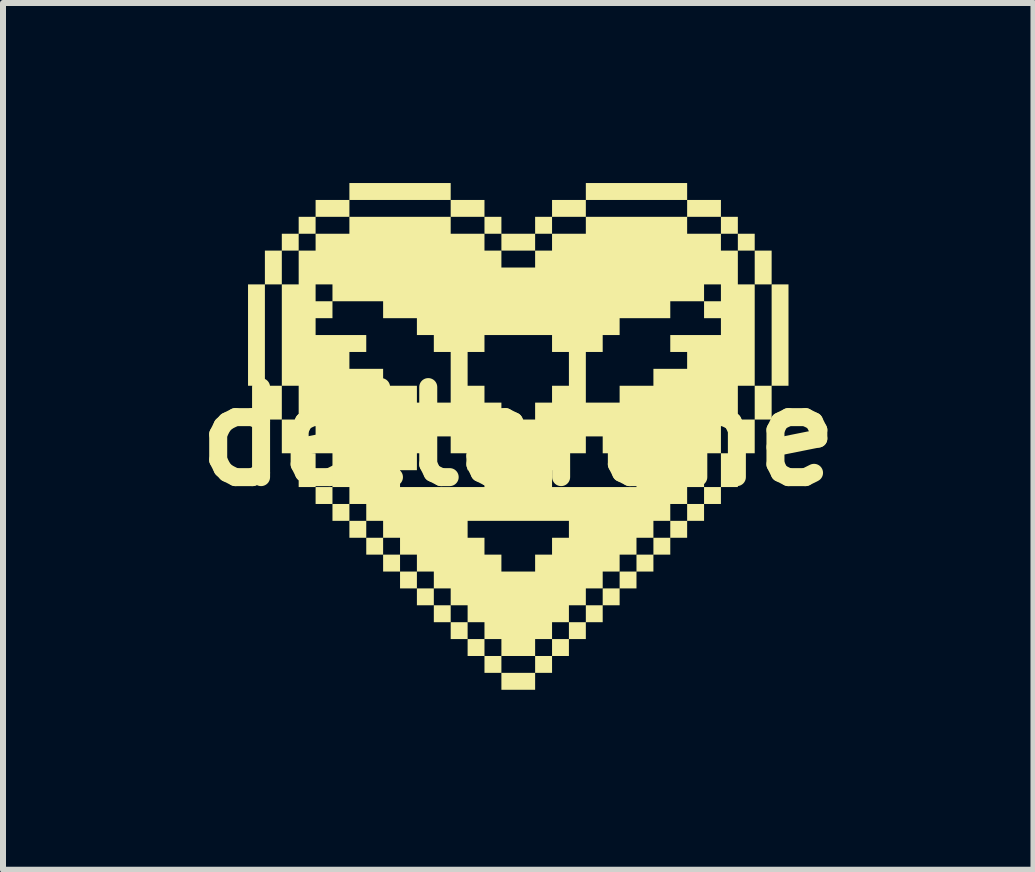
<source format=kicad_pcb>
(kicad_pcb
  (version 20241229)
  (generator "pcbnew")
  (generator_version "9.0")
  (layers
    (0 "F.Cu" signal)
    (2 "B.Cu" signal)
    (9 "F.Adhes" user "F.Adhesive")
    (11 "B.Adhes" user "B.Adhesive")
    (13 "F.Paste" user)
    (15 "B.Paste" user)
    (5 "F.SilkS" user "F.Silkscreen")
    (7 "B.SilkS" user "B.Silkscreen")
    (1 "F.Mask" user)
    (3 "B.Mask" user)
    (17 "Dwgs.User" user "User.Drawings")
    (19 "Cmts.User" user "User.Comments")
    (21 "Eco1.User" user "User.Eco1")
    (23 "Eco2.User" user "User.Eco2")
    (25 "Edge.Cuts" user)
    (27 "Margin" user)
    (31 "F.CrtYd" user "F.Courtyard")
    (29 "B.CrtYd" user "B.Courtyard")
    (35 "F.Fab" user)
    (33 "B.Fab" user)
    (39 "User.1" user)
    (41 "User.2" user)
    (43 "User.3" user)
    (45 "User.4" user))
  (footprint "deltarune"
    (layer "F.Cu")
    (at 5.586 4.222)
    (property "Reference" "deltarune" (at 0 0 0) (layer "F.SilkS") (effects (font (size 1.5 1.5) (thickness 0.3))))
    (attr board_only exclude_from_pos_files exclude_from_bom)
    (fp_poly (pts (xy -3.94 -0.563) (xy -3.94 -0.281) (xy -4.081 -0.281) (xy -4.222 -0.281) (xy -4.222 -0.563) (xy -4.222 -0.844) (xy -4.081 -0.844) (xy -3.94 -0.844)) (stroke (width 0) (type solid)) (fill yes) (layer "F.SilkS"))
    (fp_poly (pts (xy -3.659 0) (xy -3.659 0.281) (xy -3.799 0.281) (xy -3.94 0.281) (xy -3.94 0) (xy -3.94 -0.281) (xy -3.799 -0.281) (xy -3.659 -0.281)) (stroke (width 0) (type solid)) (fill yes) (layer "F.SilkS"))
    (fp_poly (pts (xy -3.377 0.563) (xy -3.377 0.844) (xy -3.518 0.844) (xy -3.659 0.844) (xy -3.659 0.563) (xy -3.659 0.281) (xy -3.518 0.281) (xy -3.377 0.281)) (stroke (width 0) (type solid)) (fill yes) (layer "F.SilkS"))
    (fp_poly (pts (xy -3.096 0.985) (xy -3.096 1.126) (xy -3.237 1.126) (xy -3.377 1.126) (xy -3.377 0.985) (xy -3.377 0.844) (xy -3.237 0.844) (xy -3.096 0.844)) (stroke (width 0) (type solid)) (fill yes) (layer "F.SilkS"))
    (fp_poly (pts (xy -2.814 1.266) (xy -2.814 1.407) (xy -2.955 1.407) (xy -3.096 1.407) (xy -3.096 1.266) (xy -3.096 1.126) (xy -2.955 1.126) (xy -2.814 1.126)) (stroke (width 0) (type solid)) (fill yes) (layer "F.SilkS"))
    (fp_poly (pts (xy -2.533 1.548) (xy -2.533 1.689) (xy -2.674 1.689) (xy -2.814 1.689) (xy -2.814 1.548) (xy -2.814 1.407) (xy -2.674 1.407) (xy -2.533 1.407)) (stroke (width 0) (type solid)) (fill yes) (layer "F.SilkS"))
    (fp_poly (pts (xy -2.252 1.829) (xy -2.252 1.97) (xy -2.392 1.97) (xy -2.533 1.97) (xy -2.533 1.829) (xy -2.533 1.689) (xy -2.392 1.689) (xy -2.252 1.689)) (stroke (width 0) (type solid)) (fill yes) (layer "F.SilkS"))
    (fp_poly (pts (xy -1.97 2.111) (xy -1.97 2.252) (xy -2.111 2.252) (xy -2.252 2.252) (xy -2.252 2.111) (xy -2.252 1.97) (xy -2.111 1.97) (xy -1.97 1.97)) (stroke (width 0) (type solid)) (fill yes) (layer "F.SilkS"))
    (fp_poly (pts (xy -1.689 2.392) (xy -1.689 2.533) (xy -1.829 2.533) (xy -1.97 2.533) (xy -1.97 2.392) (xy -1.97 2.252) (xy -1.829 2.252) (xy -1.689 2.252)) (stroke (width 0) (type solid)) (fill yes) (layer "F.SilkS"))
    (fp_poly (pts (xy -1.407 2.674) (xy -1.407 2.814) (xy -1.548 2.814) (xy -1.689 2.814) (xy -1.689 2.674) (xy -1.689 2.533) (xy -1.548 2.533) (xy -1.407 2.533)) (stroke (width 0) (type solid)) (fill yes) (layer "F.SilkS"))
    (fp_poly (pts (xy -1.126 2.955) (xy -1.126 3.096) (xy -1.266 3.096) (xy -1.407 3.096) (xy -1.407 2.955) (xy -1.407 2.814) (xy -1.266 2.814) (xy -1.126 2.814)) (stroke (width 0) (type solid)) (fill yes) (layer "F.SilkS"))
    (fp_poly (pts (xy -0.844 3.237) (xy -0.844 3.377) (xy -0.985 3.377) (xy -1.126 3.377) (xy -1.126 3.237) (xy -1.126 3.096) (xy -0.985 3.096) (xy -0.844 3.096)) (stroke (width 0) (type solid)) (fill yes) (layer "F.SilkS"))
    (fp_poly (pts (xy -0.563 -3.799) (xy -0.563 -3.659) (xy -0.844 -3.659) (xy -1.126 -3.659) (xy -1.126 -3.799) (xy -1.126 -3.94) (xy -0.844 -3.94) (xy -0.563 -3.94)) (stroke (width 0) (type solid)) (fill yes) (layer "F.SilkS"))
    (fp_poly (pts (xy -0.563 3.518) (xy -0.563 3.659) (xy -0.704 3.659) (xy -0.844 3.659) (xy -0.844 3.518) (xy -0.844 3.377) (xy -0.704 3.377) (xy -0.563 3.377)) (stroke (width 0) (type solid)) (fill yes) (layer "F.SilkS"))
    (fp_poly (pts (xy 3.377 -3.799) (xy 3.377 -3.659) (xy 3.096 -3.659) (xy 2.814 -3.659) (xy 2.814 -3.799) (xy 2.814 -3.94) (xy 3.096 -3.94) (xy 3.377 -3.94)) (stroke (width 0) (type solid)) (fill yes) (layer "F.SilkS"))
    (fp_poly (pts (xy 3.659 -3.518) (xy 3.659 -3.377) (xy 3.518 -3.377) (xy 3.377 -3.377) (xy 3.377 -3.518) (xy 3.377 -3.659) (xy 3.518 -3.659) (xy 3.659 -3.659)) (stroke (width 0) (type solid)) (fill yes) (layer "F.SilkS"))
    (fp_poly (pts (xy 3.94 -3.237) (xy 3.94 -3.096) (xy 3.799 -3.096) (xy 3.659 -3.096) (xy 3.659 -3.237) (xy 3.659 -3.377) (xy 3.799 -3.377) (xy 3.94 -3.377)) (stroke (width 0) (type solid)) (fill yes) (layer "F.SilkS"))
    (fp_poly (pts (xy 4.222 -2.814) (xy 4.222 -2.533) (xy 4.081 -2.533) (xy 3.94 -2.533) (xy 3.94 -2.814) (xy 3.94 -3.096) (xy 4.081 -3.096) (xy 4.222 -3.096)) (stroke (width 0) (type solid)) (fill yes) (layer "F.SilkS"))
    (fp_poly (pts (xy 2.814 -4.081) (xy 2.814 -3.94) (xy 1.97 -3.94) (xy 1.126 -3.94) (xy 1.126 -3.799) (xy 1.126 -3.659) (xy 0.844 -3.659) (xy 0.563 -3.659) (xy 0.563 -3.518) (xy 0.563 -3.377) (xy 0.422 -3.377) (xy 0.281 -3.377) (xy 0.281 -3.237) (xy 0.281 -3.096) (xy 0 -3.096) (xy -0.281 -3.096) (xy -0.281 -3.237) (xy -0.281 -3.377) (xy -0.422 -3.377) (xy -0.563 -3.377) (xy -0.563 -3.518) (xy -0.563 -3.659) (xy -0.422 -3.659) (xy -0.281 -3.659) (xy -0.281 -3.518) (xy -0.281 -3.377) (xy 0 -3.377) (xy 0.281 -3.377) (xy 0.281 -3.518) (xy 0.281 -3.659) (xy 0.422 -3.659) (xy 0.563 -3.659) (xy 0.563 -3.799) (xy 0.563 -3.94) (xy 0.844 -3.94) (xy 1.126 -3.94) (xy 1.126 -4.081) (xy 1.126 -4.222) (xy 1.97 -4.222) (xy 2.814 -4.222)) (stroke (width 0) (type solid)) (fill yes) (layer "F.SilkS"))
    (fp_poly (pts (xy -1.126 -4.081) (xy -1.126 -3.94) (xy -1.97 -3.94) (xy -2.814 -3.94) (xy -2.814 -3.799) (xy -2.814 -3.659) (xy -3.096 -3.659) (xy -3.377 -3.659) (xy -3.377 -3.518) (xy -3.377 -3.377) (xy -3.518 -3.377) (xy -3.659 -3.377) (xy -3.659 -3.237) (xy -3.659 -3.096) (xy -3.799 -3.096) (xy -3.94 -3.096) (xy -3.94 -2.814) (xy -3.94 -2.533) (xy -4.081 -2.533) (xy -4.222 -2.533) (xy -4.222 -1.689) (xy -4.222 -0.844) (xy -4.362 -0.844) (xy -4.503 -0.844) (xy -4.503 -1.689) (xy -4.503 -2.533) (xy -4.362 -2.533) (xy -4.222 -2.533) (xy -4.222 -2.814) (xy -4.222 -3.096) (xy -4.081 -3.096) (xy -3.94 -3.096) (xy -3.94 -3.237) (xy -3.94 -3.377) (xy -3.799 -3.377) (xy -3.659 -3.377) (xy -3.659 -3.518) (xy -3.659 -3.659) (xy -3.518 -3.659) (xy -3.377 -3.659) (xy -3.377 -3.799) (xy -3.377 -3.94) (xy -3.096 -3.94) (xy -2.814 -3.94) (xy -2.814 -4.081) (xy -2.814 -4.222) (xy -1.97 -4.222) (xy -1.126 -4.222)) (stroke (width 0) (type solid)) (fill yes) (layer "F.SilkS"))
    (fp_poly (pts (xy 4.503 -1.689) (xy 4.503 -0.844) (xy 4.362 -0.844) (xy 4.222 -0.844) (xy 4.222 -0.563) (xy 4.222 -0.281) (xy 4.081 -0.281) (xy 3.94 -0.281) (xy 3.94 0) (xy 3.94 0.281) (xy 3.799 0.281) (xy 3.659 0.281) (xy 3.659 0.563) (xy 3.659 0.844) (xy 3.518 0.844) (xy 3.377 0.844) (xy 3.377 0.985) (xy 3.377 1.126) (xy 3.237 1.126) (xy 3.096 1.126) (xy 3.096 1.266) (xy 3.096 1.407) (xy 2.955 1.407) (xy 2.814 1.407) (xy 2.814 1.548) (xy 2.814 1.689) (xy 2.674 1.689) (xy 2.533 1.689) (xy 2.533 1.829) (xy 2.533 1.97) (xy 2.392 1.97) (xy 2.252 1.97) (xy 2.252 2.111) (xy 2.252 2.252) (xy 2.111 2.252) (xy 1.97 2.252) (xy 1.97 2.392) (xy 1.97 2.533) (xy 1.829 2.533) (xy 1.689 2.533) (xy 1.689 2.674) (xy 1.689 2.814) (xy 1.548 2.814) (xy 1.407 2.814) (xy 1.407 2.955) (xy 1.407 3.096) (xy 1.266 3.096) (xy 1.126 3.096) (xy 1.126 3.237) (xy 1.126 3.377) (xy 0.985 3.377) (xy 0.844 3.377) (xy 0.844 3.518) (xy 0.844 3.659) (xy 0.704 3.659) (xy 0.563 3.659) (xy 0.563 3.799) (xy 0.563 3.94) (xy 0.422 3.94) (xy 0.281 3.94) (xy 0.281 4.081) (xy 0.281 4.222) (xy 0 4.222) (xy -0.281 4.222) (xy -0.281 4.081) (xy -0.281 3.94) (xy -0.422 3.94) (xy -0.563 3.94) (xy -0.563 3.799) (xy -0.563 3.659) (xy -0.422 3.659) (xy -0.281 3.659) (xy -0.281 3.799) (xy -0.281 3.94) (xy 0 3.94) (xy 0.281 3.94) (xy 0.281 3.799) (xy 0.281 3.659) (xy 0.422 3.659) (xy 0.563 3.659) (xy 0.563 3.518) (xy 0.563 3.377) (xy 0.704 3.377) (xy 0.844 3.377) (xy 0.844 3.237) (xy 0.844 3.096) (xy 0.985 3.096) (xy 1.126 3.096) (xy 1.126 2.955) (xy 1.126 2.814) (xy 1.266 2.814) (xy 1.407 2.814) (xy 1.407 2.674) (xy 1.407 2.533) (xy 1.548 2.533) (xy 1.689 2.533) (xy 1.689 2.392) (xy 1.689 2.252) (xy 1.829 2.252) (xy 1.97 2.252) (xy 1.97 2.111) (xy 1.97 1.97) (xy 2.111 1.97) (xy 2.252 1.97) (xy 2.252 1.829) (xy 2.252 1.689) (xy 2.392 1.689) (xy 2.533 1.689) (xy 2.533 1.548) (xy 2.533 1.407) (xy 2.674 1.407) (xy 2.814 1.407) (xy 2.814 1.266) (xy 2.814 1.126) (xy 2.955 1.126) (xy 3.096 1.126) (xy 3.096 0.985) (xy 3.096 0.844) (xy 3.237 0.844) (xy 3.377 0.844) (xy 3.377 0.563) (xy 3.377 0.281) (xy 3.518 0.281) (xy 3.659 0.281) (xy 3.659 0) (xy 3.659 -0.281) (xy 3.799 -0.281) (xy 3.94 -0.281) (xy 3.94 -0.563) (xy 3.94 -0.844) (xy 4.081 -0.844) (xy 4.222 -0.844) (xy 4.222 -1.689) (xy 4.222 -2.533) (xy 4.362 -2.533) (xy 4.503 -2.533)) (stroke (width 0) (type solid)) (fill yes) (layer "F.SilkS"))
    (fp_poly (pts (xy -1.126 -3.518) (xy -1.126 -3.377) (xy -0.844 -3.377) (xy -0.563 -3.377) (xy -0.563 -3.237) (xy -0.563 -3.096) (xy -0.422 -3.096) (xy -0.281 -3.096) (xy -0.281 -2.955) (xy -0.281 -2.814) (xy 0 -2.814) (xy 0.281 -2.814) (xy 0.281 -2.955) (xy 0.281 -3.096) (xy 0.422 -3.096) (xy 0.563 -3.096) (xy 0.563 -3.237) (xy 0.563 -3.377) (xy 0.844 -3.377) (xy 1.126 -3.377) (xy 1.126 -3.518) (xy 1.126 -3.659) (xy 1.97 -3.659) (xy 2.814 -3.659) (xy 2.814 -3.518) (xy 2.814 -3.377) (xy 3.096 -3.377) (xy 3.377 -3.377) (xy 3.377 -3.237) (xy 3.377 -3.096) (xy 3.518 -3.096) (xy 3.659 -3.096) (xy 3.659 -2.814) (xy 3.659 -2.533) (xy 3.799 -2.533) (xy 3.94 -2.533) (xy 3.94 -1.689) (xy 3.94 -0.844) (xy 3.799 -0.844) (xy 3.659 -0.844) (xy 3.659 -0.563) (xy 3.659 -0.281) (xy 3.518 -0.281) (xy 3.377 -0.281) (xy 3.377 0) (xy 3.377 0.281) (xy 3.237 0.281) (xy 3.096 0.281) (xy 3.096 0.563) (xy 3.096 0.844) (xy 2.955 0.844) (xy 2.814 0.844) (xy 2.814 0.985) (xy 2.814 1.126) (xy 2.674 1.126) (xy 2.533 1.126) (xy 2.533 1.266) (xy 2.533 1.407) (xy 2.392 1.407) (xy 2.252 1.407) (xy 2.252 1.548) (xy 2.252 1.689) (xy 2.111 1.689) (xy 1.97 1.689) (xy 1.97 1.829) (xy 1.97 1.97) (xy 1.829 1.97) (xy 1.689 1.97) (xy 1.689 2.111) (xy 1.689 2.252) (xy 1.548 2.252) (xy 1.407 2.252) (xy 1.407 2.392) (xy 1.407 2.533) (xy 1.266 2.533) (xy 1.126 2.533) (xy 1.126 2.674) (xy 1.126 2.814) (xy 0.985 2.814) (xy 0.844 2.814) (xy 0.844 2.955) (xy 0.844 3.096) (xy 0.704 3.096) (xy 0.563 3.096) (xy 0.563 3.237) (xy 0.563 3.377) (xy 0.422 3.377) (xy 0.281 3.377) (xy 0.281 3.518) (xy 0.281 3.659) (xy 0 3.659) (xy -0.281 3.659) (xy -0.281 3.518) (xy -0.281 3.377) (xy -0.422 3.377) (xy -0.563 3.377) (xy -0.563 3.237) (xy -0.563 3.096) (xy -0.704 3.096) (xy -0.844 3.096) (xy -0.844 2.955) (xy -0.844 2.814) (xy -0.985 2.814) (xy -1.126 2.814) (xy -1.126 2.674) (xy -1.126 2.533) (xy -1.266 2.533) (xy -1.407 2.533) (xy -1.407 2.392) (xy -1.407 2.252) (xy -1.548 2.252) (xy -1.689 2.252) (xy -1.689 2.111) (xy -1.689 1.97) (xy -1.829 1.97) (xy -1.97 1.97) (xy -1.97 1.829) (xy -1.97 1.689) (xy -2.111 1.689) (xy -2.252 1.689) (xy -2.252 1.548) (xy -0.844 1.548) (xy -0.844 1.689) (xy -0.704 1.689) (xy -0.563 1.689) (xy -0.563 1.829) (xy -0.563 1.97) (xy -0.422 1.97) (xy -0.281 1.97) (xy -0.281 2.111) (xy -0.281 2.252) (xy 0 2.252) (xy 0.281 2.252) (xy 0.281 2.111) (xy 0.281 1.97) (xy 0.422 1.97) (xy 0.563 1.97) (xy 0.563 1.829) (xy 0.563 1.689) (xy 0.704 1.689) (xy 0.844 1.689) (xy 0.844 1.548) (xy 0.844 1.407) (xy 0 1.407) (xy -0.844 1.407) (xy -0.844 1.548) (xy -2.252 1.548) (xy -2.252 1.407) (xy -2.392 1.407) (xy -2.533 1.407) (xy -2.533 1.266) (xy -2.533 1.126) (xy -2.674 1.126) (xy -2.814 1.126) (xy -2.814 0.985) (xy -2.814 0.844) (xy -2.955 0.844) (xy -3.096 0.844) (xy -3.096 0.563) (xy -1.97 0.563) (xy -1.97 0.704) (xy -1.97 0.844) (xy -1.266 0.844) (xy -0.563 0.844) (xy -0.563 0.704) (xy -0.563 0.563) (xy 0.563 0.563) (xy 0.563 0.704) (xy 0.563 0.844) (xy 1.266 0.844) (xy 1.97 0.844) (xy 1.97 0.704) (xy 1.97 0.563) (xy 1.829 0.563) (xy 1.689 0.563) (xy 1.689 0.422) (xy 1.689 0.281) (xy 1.548 0.281) (xy 1.407 0.281) (xy 1.407 0.141) (xy 1.407 0) (xy 1.266 0) (xy 1.126 0) (xy 1.126 0.141) (xy 1.126 0.281) (xy 0.985 0.281) (xy 0.844 0.281) (xy 0.844 0.422) (xy 0.844 0.563) (xy 0.704 0.563) (xy 0.563 0.563) (xy -0.563 0.563) (xy -0.704 0.563) (xy -0.844 0.563) (xy -0.844 0.422) (xy -0.844 0.281) (xy -0.985 0.281) (xy -1.126 0.281) (xy -1.126 0.141) (xy -1.126 0) (xy -1.266 0) (xy -1.407 0) (xy -1.407 0.141) (xy -1.407 0.281) (xy -1.548 0.281) (xy -1.689 0.281) (xy -1.689 0.422) (xy -1.689 0.563) (xy -1.829 0.563) (xy -1.97 0.563) (xy -3.096 0.563) (xy -3.096 0.281) (xy -3.237 0.281) (xy -3.377 0.281) (xy -3.377 0) (xy -3.377 -0.281) (xy -3.518 -0.281) (xy -3.659 -0.281) (xy -3.659 -0.563) (xy -3.659 -0.844) (xy -3.799 -0.844) (xy -3.94 -0.844) (xy -3.94 -1.689) (xy -3.94 -1.97) (xy -3.377 -1.97) (xy -3.377 -1.829) (xy -3.377 -1.689) (xy -2.955 -1.689) (xy -2.533 -1.689) (xy -2.533 -1.548) (xy -2.533 -1.407) (xy -2.674 -1.407) (xy -2.814 -1.407) (xy -2.814 -1.266) (xy -2.814 -1.126) (xy -2.533 -1.126) (xy -2.252 -1.126) (xy -2.252 -0.985) (xy -2.252 -0.844) (xy -1.97 -0.844) (xy -1.689 -0.844) (xy -1.689 -0.704) (xy -1.689 -0.563) (xy -1.407 -0.563) (xy -1.126 -0.563) (xy -1.126 -0.985) (xy -1.126 -1.407) (xy -0.844 -1.407) (xy -0.844 -1.126) (xy -0.844 -0.844) (xy -0.704 -0.844) (xy -0.563 -0.844) (xy -0.563 -0.704) (xy -0.563 -0.563) (xy -0.422 -0.563) (xy -0.281 -0.563) (xy -0.281 -0.422) (xy -0.281 -0.281) (xy 0 -0.281) (xy 0.281 -0.281) (xy 0.281 -0.422) (xy 0.281 -0.563) (xy 0.422 -0.563) (xy 0.563 -0.563) (xy 0.563 -0.704) (xy 0.563 -0.844) (xy 0.704 -0.844) (xy 0.844 -0.844) (xy 0.844 -1.126) (xy 0.844 -1.407) (xy 1.126 -1.407) (xy 1.126 -0.985) (xy 1.126 -0.563) (xy 1.407 -0.563) (xy 1.689 -0.563) (xy 1.689 -0.704) (xy 1.689 -0.844) (xy 1.97 -0.844) (xy 2.252 -0.844) (xy 2.252 -0.985) (xy 2.252 -1.126) (xy 2.533 -1.126) (xy 2.814 -1.126) (xy 2.814 -1.266) (xy 2.814 -1.407) (xy 2.674 -1.407) (xy 2.533 -1.407) (xy 2.533 -1.548) (xy 2.533 -1.689) (xy 2.955 -1.689) (xy 3.377 -1.689) (xy 3.377 -1.829) (xy 3.377 -1.97) (xy 3.237 -1.97) (xy 3.096 -1.97) (xy 3.096 -2.111) (xy 3.096 -2.252) (xy 3.237 -2.252) (xy 3.377 -2.252) (xy 3.377 -2.392) (xy 3.377 -2.533) (xy 3.237 -2.533) (xy 3.096 -2.533) (xy 3.096 -2.392) (xy 3.096 -2.252) (xy 2.814 -2.252) (xy 2.533 -2.252) (xy 2.533 -2.111) (xy 2.533 -1.97) (xy 2.111 -1.97) (xy 1.689 -1.97) (xy 1.689 -1.829) (xy 1.689 -1.689) (xy 1.548 -1.689) (xy 1.407 -1.689) (xy 1.407 -1.548) (xy 1.407 -1.407) (xy 1.266 -1.407) (xy 1.126 -1.407) (xy 0.844 -1.407) (xy 0.704 -1.407) (xy 0.563 -1.407) (xy 0.563 -1.548) (xy 0.563 -1.689) (xy 0 -1.689) (xy -0.563 -1.689) (xy -0.563 -1.548) (xy -0.563 -1.407) (xy -0.704 -1.407) (xy -0.844 -1.407) (xy -1.126 -1.407) (xy -1.266 -1.407) (xy -1.407 -1.407) (xy -1.407 -1.548) (xy -1.407 -1.689) (xy -1.548 -1.689) (xy -1.689 -1.689) (xy -1.689 -1.829) (xy -1.689 -1.97) (xy -1.97 -1.97) (xy -2.252 -1.97) (xy -2.252 -2.111) (xy -2.252 -2.252) (xy -2.674 -2.252) (xy -3.096 -2.252) (xy -3.096 -2.111) (xy -3.096 -1.97) (xy -3.237 -1.97) (xy -3.377 -1.97) (xy -3.94 -1.97) (xy -3.94 -2.392) (xy -3.377 -2.392) (xy -3.377 -2.252) (xy -3.237 -2.252) (xy -3.096 -2.252) (xy -3.096 -2.392) (xy -3.096 -2.533) (xy -3.237 -2.533) (xy -3.377 -2.533) (xy -3.377 -2.392) (xy -3.94 -2.392) (xy -3.94 -2.533) (xy -3.799 -2.533) (xy -3.659 -2.533) (xy -3.659 -2.814) (xy -3.659 -3.096) (xy -3.518 -3.096) (xy -3.377 -3.096) (xy -3.377 -3.237) (xy -3.377 -3.377) (xy -3.096 -3.377) (xy -2.814 -3.377) (xy -2.814 -3.518) (xy -2.814 -3.659) (xy -1.97 -3.659) (xy -1.126 -3.659)) (stroke (width 0) (type solid)) (fill yes) (layer "F.SilkS")))
  (gr_rect
    (start -3 -3)
    (end 14.171 11.443)
    (stroke (width 0.1) (type default))
    (fill no)
    (layer "Edge.Cuts")))
</source>
